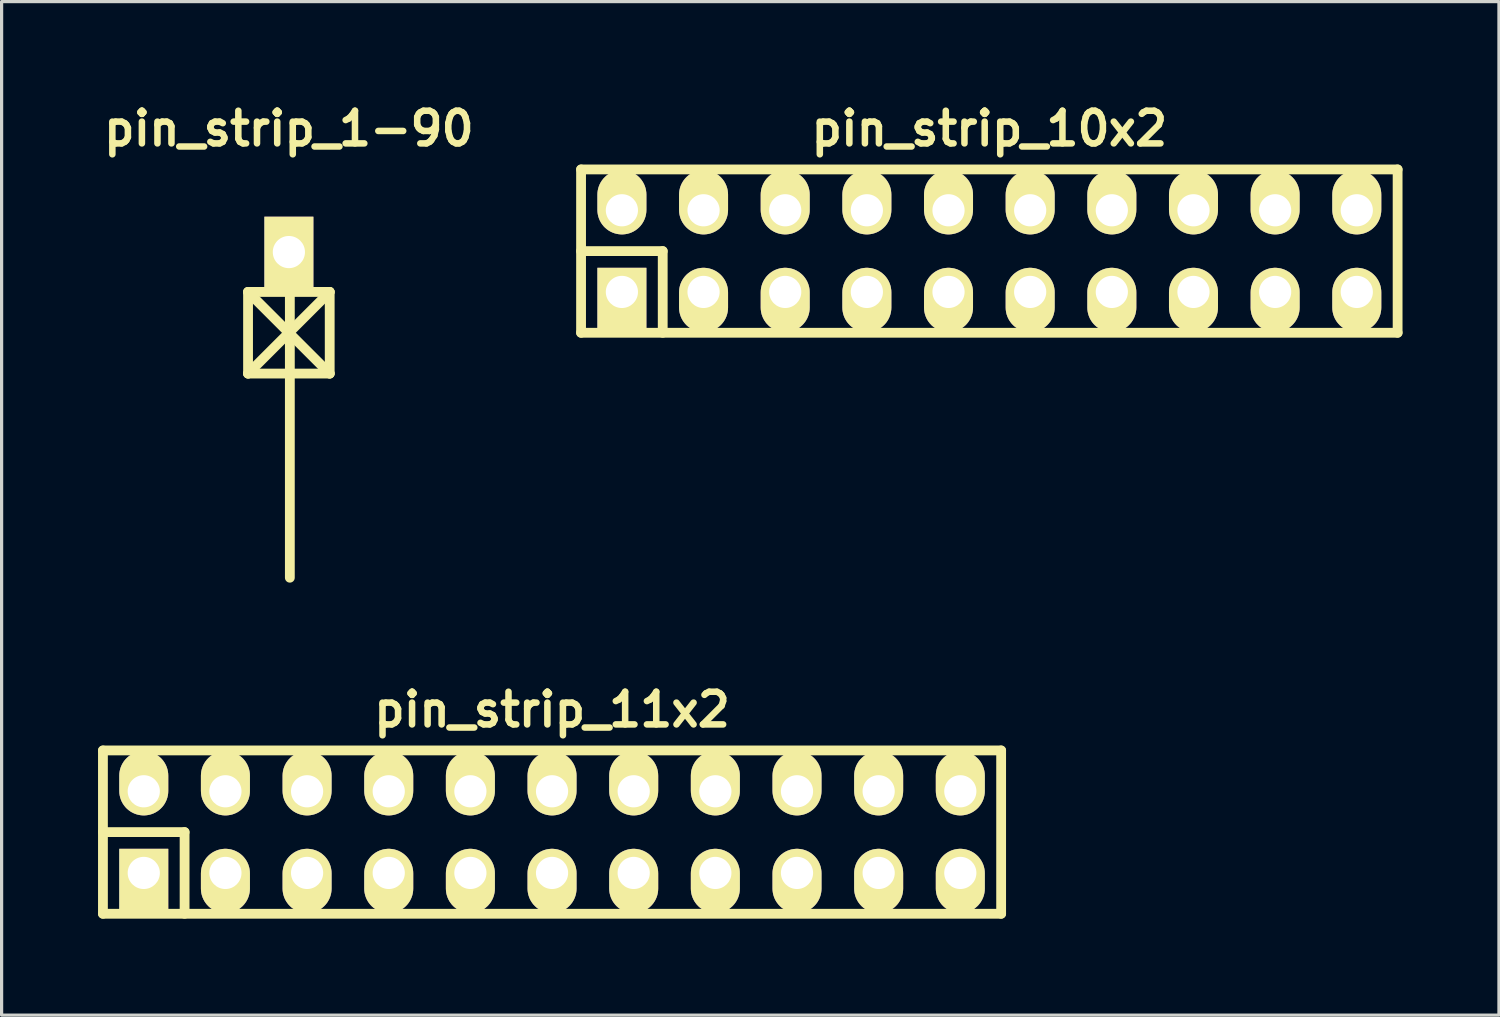
<source format=kicad_pcb>
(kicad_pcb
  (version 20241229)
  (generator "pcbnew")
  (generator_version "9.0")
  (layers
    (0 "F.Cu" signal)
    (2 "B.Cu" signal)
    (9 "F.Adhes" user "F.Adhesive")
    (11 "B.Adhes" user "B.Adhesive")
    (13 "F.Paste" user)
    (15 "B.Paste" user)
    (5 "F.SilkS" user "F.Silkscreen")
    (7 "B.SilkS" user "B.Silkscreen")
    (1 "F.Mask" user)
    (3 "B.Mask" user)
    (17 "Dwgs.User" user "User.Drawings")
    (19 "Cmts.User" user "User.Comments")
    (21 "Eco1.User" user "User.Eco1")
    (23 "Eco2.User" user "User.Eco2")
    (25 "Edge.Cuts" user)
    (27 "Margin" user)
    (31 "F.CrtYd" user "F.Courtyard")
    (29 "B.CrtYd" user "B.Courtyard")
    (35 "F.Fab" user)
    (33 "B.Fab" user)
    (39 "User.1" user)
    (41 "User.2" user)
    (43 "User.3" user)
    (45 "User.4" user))
  (footprint "pin_strip_11x2"
    (layer "F.Cu")
    (at 14.122 22.834)
    (property "Reference" "pin_strip_11x2" (at 0 -3.81 0) (layer "F.SilkS") (effects (font (size 1.016 1.016) (thickness 0.203))))
    (attr through_hole)
    (fp_line (start -13.97 -2.54) (end -13.97 2.54) (stroke (width 0.305) (type solid)) (layer "F.SilkS"))
    (fp_line (start -13.97 -2.54) (end 13.97 -2.54) (stroke (width 0.305) (type solid)) (layer "F.SilkS"))
    (fp_line (start -13.97 0) (end -11.43 0) (stroke (width 0.305) (type solid)) (layer "F.SilkS"))
    (fp_line (start -11.43 0) (end -11.43 2.54) (stroke (width 0.305) (type solid)) (layer "F.SilkS"))
    (fp_line (start 13.97 2.54) (end -13.97 2.54) (stroke (width 0.305) (type solid)) (layer "F.SilkS"))
    (fp_line (start 13.97 2.54) (end 13.97 -2.54) (stroke (width 0.305) (type solid)) (layer "F.SilkS"))
    (pad "1" thru_hole rect (at -12.7 1.27) (size 1.524 1.999) (drill 1.001 (offset 0 0.249)) (layers "*.Cu" "*.Mask" "F.SilkS"))
    (pad "2" thru_hole oval (at -12.7 -1.27) (size 1.524 1.999) (drill 1.001 (offset 0 -0.249)) (layers "*.Cu" "*.Mask" "F.SilkS"))
    (pad "3" thru_hole oval (at -10.16 1.27) (size 1.524 1.999) (drill 1.001 (offset 0 0.249)) (layers "*.Cu" "*.Mask" "F.SilkS"))
    (pad "4" thru_hole oval (at -10.16 -1.27) (size 1.524 1.999) (drill 1.001 (offset 0 -0.249)) (layers "*.Cu" "*.Mask" "F.SilkS"))
    (pad "5" thru_hole oval (at -7.62 1.27) (size 1.524 1.999) (drill 1.001 (offset 0 0.249)) (layers "*.Cu" "*.Mask" "F.SilkS"))
    (pad "6" thru_hole oval (at -7.62 -1.27) (size 1.524 1.999) (drill 1.001 (offset 0 -0.249)) (layers "*.Cu" "*.Mask" "F.SilkS"))
    (pad "7" thru_hole oval (at -5.08 1.27) (size 1.524 1.999) (drill 1.001 (offset 0 0.249)) (layers "*.Cu" "*.Mask" "F.SilkS"))
    (pad "8" thru_hole oval (at -5.08 -1.27) (size 1.524 1.999) (drill 1.001 (offset 0 -0.249)) (layers "*.Cu" "*.Mask" "F.SilkS"))
    (pad "9" thru_hole oval (at -2.54 1.27) (size 1.524 1.999) (drill 1.001 (offset 0 0.249)) (layers "*.Cu" "*.Mask" "F.SilkS"))
    (pad "10" thru_hole oval (at -2.54 -1.27) (size 1.524 1.999) (drill 1.001 (offset 0 -0.249)) (layers "*.Cu" "*.Mask" "F.SilkS"))
    (pad "11" thru_hole oval (at 0 1.27) (size 1.524 1.999) (drill 1.001 (offset 0 0.249)) (layers "*.Cu" "*.Mask" "F.SilkS"))
    (pad "12" thru_hole oval (at 0 -1.27) (size 1.524 1.999) (drill 1.001 (offset 0 -0.249)) (layers "*.Cu" "*.Mask" "F.SilkS"))
    (pad "13" thru_hole oval (at 2.54 1.27) (size 1.524 1.999) (drill 1.001 (offset 0 0.249)) (layers "*.Cu" "*.Mask" "F.SilkS"))
    (pad "14" thru_hole oval (at 2.54 -1.27) (size 1.524 1.999) (drill 1.001 (offset 0 -0.249)) (layers "*.Cu" "*.Mask" "F.SilkS"))
    (pad "15" thru_hole oval (at 5.08 1.27) (size 1.524 1.999) (drill 1.001 (offset 0 0.249)) (layers "*.Cu" "*.Mask" "F.SilkS"))
    (pad "16" thru_hole oval (at 5.08 -1.27) (size 1.524 1.999) (drill 1.001 (offset 0 -0.249)) (layers "*.Cu" "*.Mask" "F.SilkS"))
    (pad "17" thru_hole oval (at 7.62 1.27) (size 1.524 1.999) (drill 1.001 (offset 0 0.249)) (layers "*.Cu" "*.Mask" "F.SilkS"))
    (pad "18" thru_hole oval (at 7.62 -1.27) (size 1.524 1.999) (drill 1.001 (offset 0 -0.249)) (layers "*.Cu" "*.Mask" "F.SilkS"))
    (pad "19" thru_hole oval (at 10.16 1.27) (size 1.524 1.999) (drill 1.001 (offset 0 0.249)) (layers "*.Cu" "*.Mask" "F.SilkS"))
    (pad "20" thru_hole oval (at 10.16 -1.27) (size 1.524 1.999) (drill 1.001 (offset 0 -0.249)) (layers "*.Cu" "*.Mask" "F.SilkS"))
    (pad "21" thru_hole oval (at 12.7 1.27) (size 1.524 1.999) (drill 1.001 (offset 0 0.249)) (layers "*.Cu" "*.Mask" "F.SilkS"))
    (pad "22" thru_hole oval (at 12.7 -1.27) (size 1.524 1.999) (drill 1.001 (offset 0 -0.249)) (layers "*.Cu" "*.Mask" "F.SilkS")))
  (footprint "pin_strip_10x2"
    (layer "F.Cu")
    (at 27.725 4.761)
    (property "Reference" "pin_strip_10x2" (at 0 -3.81 0) (layer "F.SilkS") (effects (font (size 1.016 1.016) (thickness 0.203))))
    (attr through_hole)
    (fp_line (start -12.7 -2.54) (end -12.7 2.54) (stroke (width 0.305) (type solid)) (layer "F.SilkS"))
    (fp_line (start -12.7 0) (end -10.16 0) (stroke (width 0.305) (type solid)) (layer "F.SilkS"))
    (fp_line (start -12.7 2.54) (end 12.7 2.54) (stroke (width 0.305) (type solid)) (layer "F.SilkS"))
    (fp_line (start -10.16 0) (end -10.16 2.54) (stroke (width 0.305) (type solid)) (layer "F.SilkS"))
    (fp_line (start 12.7 -2.54) (end -12.7 -2.54) (stroke (width 0.305) (type solid)) (layer "F.SilkS"))
    (fp_line (start 12.7 2.54) (end 12.7 -2.54) (stroke (width 0.305) (type solid)) (layer "F.SilkS"))
    (pad "1" thru_hole rect (at -11.43 1.27) (size 1.524 1.999) (drill 1.001 (offset 0 0.249)) (layers "*.Cu" "*.Mask" "F.SilkS"))
    (pad "2" thru_hole oval (at -11.43 -1.27) (size 1.524 1.999) (drill 1.001 (offset 0 -0.249)) (layers "*.Cu" "*.Mask" "F.SilkS"))
    (pad "3" thru_hole oval (at -8.89 1.27) (size 1.524 1.999) (drill 1.001 (offset 0 0.249)) (layers "*.Cu" "*.Mask" "F.SilkS"))
    (pad "4" thru_hole oval (at -8.89 -1.27) (size 1.524 1.999) (drill 1.001 (offset 0 -0.249)) (layers "*.Cu" "*.Mask" "F.SilkS"))
    (pad "5" thru_hole oval (at -6.35 1.27) (size 1.524 1.999) (drill 1.001 (offset 0 0.249)) (layers "*.Cu" "*.Mask" "F.SilkS"))
    (pad "6" thru_hole oval (at -6.35 -1.27) (size 1.524 1.999) (drill 1.001 (offset 0 -0.249)) (layers "*.Cu" "*.Mask" "F.SilkS"))
    (pad "7" thru_hole oval (at -3.81 1.27) (size 1.524 1.999) (drill 1.001 (offset 0 0.249)) (layers "*.Cu" "*.Mask" "F.SilkS"))
    (pad "8" thru_hole oval (at -3.81 -1.27) (size 1.524 1.999) (drill 1.001 (offset 0 -0.249)) (layers "*.Cu" "*.Mask" "F.SilkS"))
    (pad "9" thru_hole oval (at -1.27 1.27) (size 1.524 1.999) (drill 1.001 (offset 0 0.249)) (layers "*.Cu" "*.Mask" "F.SilkS"))
    (pad "10" thru_hole oval (at -1.27 -1.27) (size 1.524 1.999) (drill 1.001 (offset 0 -0.249)) (layers "*.Cu" "*.Mask" "F.SilkS"))
    (pad "11" thru_hole oval (at 1.27 1.27) (size 1.524 1.999) (drill 1.001 (offset 0 0.249)) (layers "*.Cu" "*.Mask" "F.SilkS"))
    (pad "12" thru_hole oval (at 1.27 -1.27) (size 1.524 1.999) (drill 1.001 (offset 0 -0.249)) (layers "*.Cu" "*.Mask" "F.SilkS"))
    (pad "13" thru_hole oval (at 3.81 1.27) (size 1.524 1.999) (drill 1.001 (offset 0 0.249)) (layers "*.Cu" "*.Mask" "F.SilkS"))
    (pad "14" thru_hole oval (at 3.81 -1.27) (size 1.524 1.999) (drill 1.001 (offset 0 -0.249)) (layers "*.Cu" "*.Mask" "F.SilkS"))
    (pad "15" thru_hole oval (at 6.35 1.27) (size 1.524 1.999) (drill 1.001 (offset 0 0.249)) (layers "*.Cu" "*.Mask" "F.SilkS"))
    (pad "16" thru_hole oval (at 6.35 -1.27) (size 1.524 1.999) (drill 1.001 (offset 0 -0.249)) (layers "*.Cu" "*.Mask" "F.SilkS"))
    (pad "17" thru_hole oval (at 8.89 1.27) (size 1.524 1.999) (drill 1.001 (offset 0 0.249)) (layers "*.Cu" "*.Mask" "F.SilkS"))
    (pad "18" thru_hole oval (at 8.89 -1.27) (size 1.524 1.999) (drill 1.001 (offset 0 -0.249)) (layers "*.Cu" "*.Mask" "F.SilkS"))
    (pad "19" thru_hole oval (at 11.43 1.27) (size 1.524 1.999) (drill 1.001 (offset 0 0.249)) (layers "*.Cu" "*.Mask" "F.SilkS"))
    (pad "20" thru_hole oval (at 11.43 -1.27) (size 1.524 1.999) (drill 1.001 (offset 0 -0.249)) (layers "*.Cu" "*.Mask" "F.SilkS")))
  (footprint "pin_strip_1-90"
    (layer "F.Cu")
    (at 5.936 4.761)
    (property "Reference" "pin_strip_1-90" (at 0 -3.81 0) (layer "F.SilkS") (effects (font (size 1.016 1.016) (thickness 0.203))))
    (attr through_hole)
    (fp_line (start -1.27 1.27) (end 1.27 1.27) (stroke (width 0.305) (type solid)) (layer "F.SilkS"))
    (fp_line (start -1.27 1.27) (end 1.27 3.81) (stroke (width 0.305) (type solid)) (layer "F.SilkS"))
    (fp_line (start -1.27 3.81) (end -1.27 1.27) (stroke (width 0.305) (type solid)) (layer "F.SilkS"))
    (fp_line (start -1.27 3.81) (end 1.27 1.27) (stroke (width 0.305) (type solid)) (layer "F.SilkS"))
    (fp_line (start 0.03 0) (end 0.03 10.16) (stroke (width 0.305) (type solid)) (layer "F.SilkS"))
    (fp_line (start 1.27 1.27) (end 1.27 3.81) (stroke (width 0.305) (type solid)) (layer "F.SilkS"))
    (fp_line (start 1.27 3.81) (end -1.27 3.81) (stroke (width 0.305) (type solid)) (layer "F.SilkS"))
    (pad "1" thru_hole rect (at 0 0.03) (size 1.524 2.2) (drill 1.001) (layers "*.Cu" "*.Mask" "F.SilkS")))
  (gr_rect
    (start -3 -3)
    (end 43.577 28.527)
    (stroke (width 0.1) (type default))
    (fill no)
    (layer "Edge.Cuts")))
</source>
